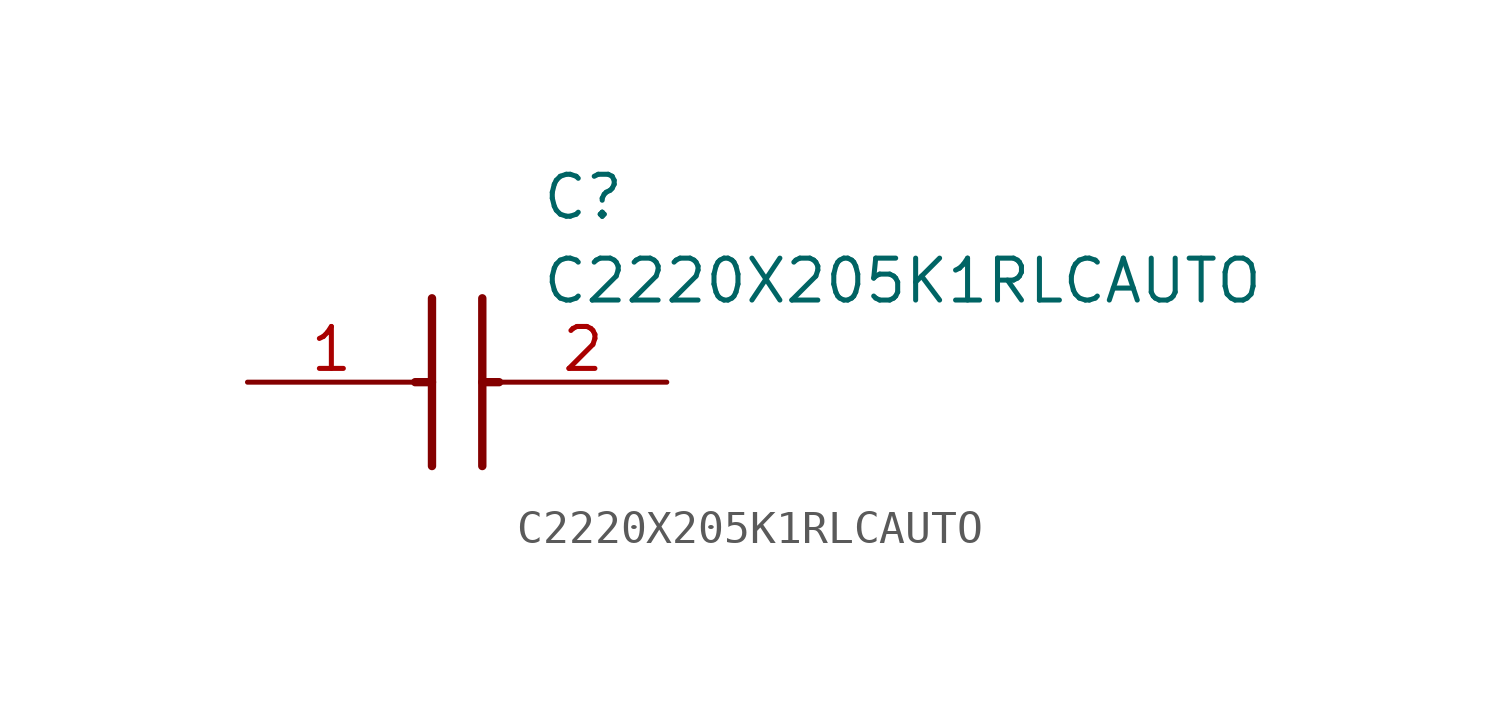
<source format=kicad_sym>
(kicad_symbol_lib
  (version 20211014)
  (generator SamacSys_ECAD_Model)
  (symbol "C2220X205K1RLCAUTO"
    (pin_names hide)
    (property "Reference" "C"
      (at 8.89 6.35 0)
      (effects (font (size 1.27 1.27)) (justify left top)))
    (property "Value" "C2220X205K1RLCAUTO"
      (at 8.89 3.81 0)
      (effects (font (size 1.27 1.27)) (justify left top)))
    (polyline
      (pts (xy 5.588 2.54) (xy 5.588 -2.54))
      (stroke (width 0.254) (type default))
      (fill (type none)))
    (polyline
      (pts (xy 7.112 2.54) (xy 7.112 -2.54))
      (stroke (width 0.254) (type default))
      (fill (type none)))
    (polyline
      (pts (xy 5.08 0) (xy 5.588 0))
      (stroke (width 0.254) (type default))
      (fill (type none)))
    (polyline
      (pts (xy 7.112 0) (xy 7.62 0))
      (stroke (width 0.254) (type default))
      (fill (type none)))
    (pin passive line
      (at 0 0 0)
      (length 5.08)
      (name "1" (effects (font (size 1.27 1.27))))
      (number "1" (effects (font (size 1.27 1.27)))))
    (pin passive line
      (at 12.7 0 180)
      (length 5.08)
      (name "2" (effects (font (size 1.27 1.27))))
      (number "2" (effects (font (size 1.27 1.27)))))))
</source>
